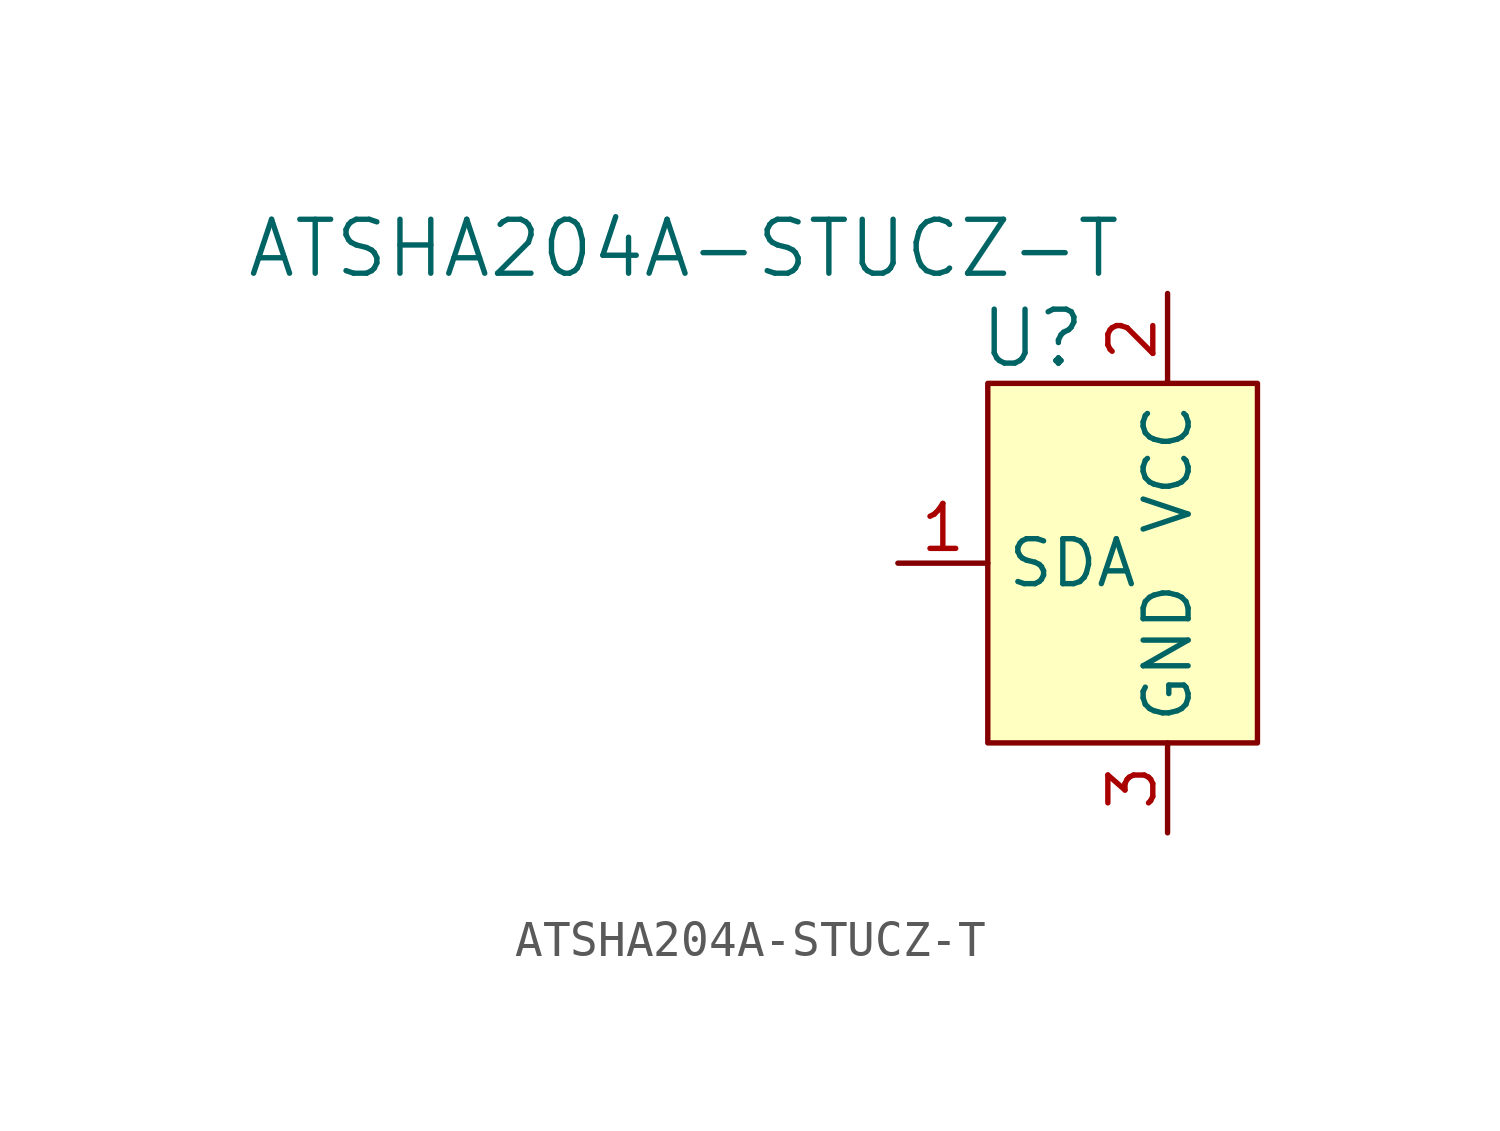
<source format=kicad_sym>
(kicad_symbol_lib
  (version 20231120)
  (generator "kicad_symbol_editor")
  (generator_version "8.0")
  (symbol "ATSHA204A-STUCZ-T"
    (property "Reference" "U"
      (at -3.81 6.35 0)
      (effects (font (size 1.524 1.524))))
    (property "Value" "ATSHA204A-STUCZ-T"
      (at -1.27 8.89 0)
      (effects (font (size 1.524 1.524)) (justify right)))
    (symbol "ATSHA204A-STUCZ-T_1_1"
      (rectangle (start -5.08 5.08) (end 2.54 -5.08) (stroke (width 0) (type default)) (fill (type background)))
      (pin bidirectional line (at -7.62 0 0) (length 2.54) (name "SDA" (effects (font (size 1.27 1.27)))) (number "1" (effects (font (size 1.27 1.27)))))
      (pin power_in line (at 0 7.62 270) (length 2.54) (name "VCC" (effects (font (size 1.27 1.27)))) (number "2" (effects (font (size 1.27 1.27)))))
      (pin power_in line (at 0 -7.62 90) (length 2.54) (name "GND" (effects (font (size 1.27 1.27)))) (number "3" (effects (font (size 1.27 1.27))))))))
</source>
